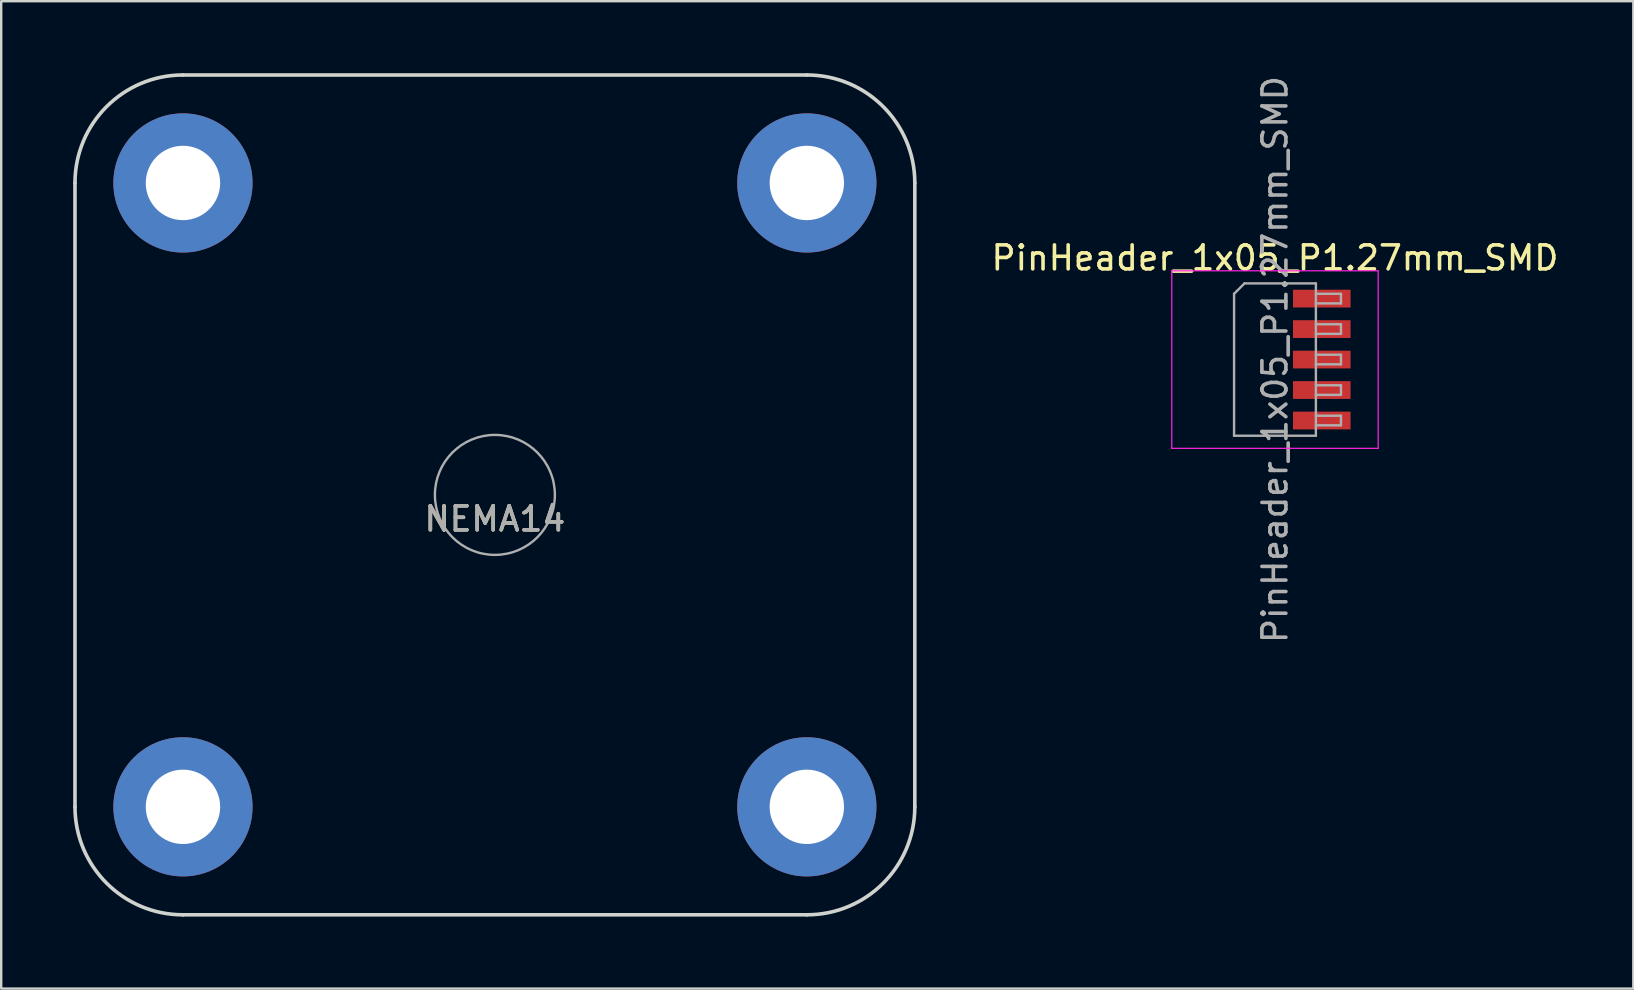
<source format=kicad_pcb>
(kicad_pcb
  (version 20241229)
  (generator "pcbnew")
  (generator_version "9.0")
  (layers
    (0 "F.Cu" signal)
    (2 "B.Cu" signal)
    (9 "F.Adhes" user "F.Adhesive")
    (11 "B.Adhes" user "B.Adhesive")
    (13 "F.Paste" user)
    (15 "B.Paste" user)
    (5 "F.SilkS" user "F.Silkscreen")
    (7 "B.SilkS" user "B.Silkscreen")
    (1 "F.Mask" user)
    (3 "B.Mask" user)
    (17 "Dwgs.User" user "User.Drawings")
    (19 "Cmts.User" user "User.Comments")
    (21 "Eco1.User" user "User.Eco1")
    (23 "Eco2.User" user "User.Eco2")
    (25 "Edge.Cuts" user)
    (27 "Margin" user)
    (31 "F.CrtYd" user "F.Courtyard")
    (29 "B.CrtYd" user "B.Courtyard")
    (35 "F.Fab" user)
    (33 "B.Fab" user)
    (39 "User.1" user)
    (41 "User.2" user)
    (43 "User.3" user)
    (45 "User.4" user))
  (footprint "NEMA14"
    (layer "F.Cu")
    (at 17.575 17.575)
    (property "Reference" "NEMA14" (at 0 1 0) (layer "F.SilkS") (effects (font (size 1 1) (thickness 0.15))))
    (attr through_hole)
    (fp_line (start -17.5 13) (end -17.5 -13) (stroke (width 0.15) (type solid)) (layer "Edge.Cuts"))
    (fp_line (start -13 -17.5) (end 13 -17.5) (stroke (width 0.15) (type solid)) (layer "Edge.Cuts"))
    (fp_line (start 13 17.5) (end -13 17.5) (stroke (width 0.15) (type solid)) (layer "Edge.Cuts"))
    (fp_line (start 17.5 -13) (end 17.5 13) (stroke (width 0.15) (type solid)) (layer "Edge.Cuts"))
    (fp_arc (start -17.5 -13) (mid -16.181981 -16.181981) (end -13 -17.5) (stroke (width 0.15) (type solid)) (layer "Edge.Cuts"))
    (fp_arc (start -13 17.5) (mid -16.181981 16.181981) (end -17.5 13) (stroke (width 0.15) (type solid)) (layer "Edge.Cuts"))
    (fp_arc (start 13 -17.5) (mid 16.181981 -16.181981) (end 17.5 -13) (stroke (width 0.15) (type solid)) (layer "Edge.Cuts"))
    (fp_arc (start 17.5 13) (mid 16.181981 16.181981) (end 13 17.5) (stroke (width 0.15) (type solid)) (layer "Edge.Cuts"))
    (fp_circle (center 0 0) (end -2.5 0) (stroke (width 0.1) (type solid)) (fill no) (layer "F.Fab"))
    (fp_text user "${REFERENCE}" (at 0 1 0) (layer "F.Fab") (effects (font (size 1 1) (thickness 0.15))))
    (pad "1" thru_hole circle (at -13 -13) (size 5.8 5.8) (drill 3.1) (layers "*.Cu" "*.Mask"))
    (pad "1" thru_hole circle (at -13 13) (size 5.8 5.8) (drill 3.1) (layers "*.Cu" "*.Mask"))
    (pad "1" thru_hole circle (at 13 -13) (size 5.8 5.8) (drill 3.1) (layers "*.Cu" "*.Mask"))
    (pad "1" thru_hole circle (at 13 13) (size 5.8 5.8) (drill 3.1) (layers "*.Cu" "*.Mask")))
  (footprint "PinHeader_1x05_P1.27mm_SMD"
    (layer "F.Cu")
    (at 50.085 11.935)
    (property "Reference" "PinHeader_1x05_P1.27mm_SMD" (at 0 -4.235 0) (layer "F.SilkS") (effects (font (size 1 1) (thickness 0.15))))
    (attr smd)
    (fp_line (start -4.3 -3.7) (end -4.3 3.7) (stroke (width 0.05) (type solid)) (layer "F.CrtYd"))
    (fp_line (start -4.3 3.7) (end 4.3 3.7) (stroke (width 0.05) (type solid)) (layer "F.CrtYd"))
    (fp_line (start 4.3 -3.7) (end -4.3 -3.7) (stroke (width 0.05) (type solid)) (layer "F.CrtYd"))
    (fp_line (start 4.3 3.7) (end 4.3 -3.7) (stroke (width 0.05) (type solid)) (layer "F.CrtYd"))
    (fp_line (start -1.705 -2.74) (end -1.27 -3.175) (stroke (width 0.1) (type solid)) (layer "F.Fab"))
    (fp_line (start -1.705 3.175) (end -1.705 -2.74) (stroke (width 0.1) (type solid)) (layer "F.Fab"))
    (fp_line (start -1.27 -3.175) (end 1.705 -3.175) (stroke (width 0.1) (type solid)) (layer "F.Fab"))
    (fp_line (start 1.705 -3.175) (end 1.705 3.175) (stroke (width 0.1) (type solid)) (layer "F.Fab"))
    (fp_line (start 1.705 -2.74) (end 2.75 -2.74) (stroke (width 0.1) (type solid)) (layer "F.Fab"))
    (fp_line (start 1.705 -1.47) (end 2.75 -1.47) (stroke (width 0.1) (type solid)) (layer "F.Fab"))
    (fp_line (start 1.705 -0.2) (end 2.75 -0.2) (stroke (width 0.1) (type solid)) (layer "F.Fab"))
    (fp_line (start 1.705 1.07) (end 2.75 1.07) (stroke (width 0.1) (type solid)) (layer "F.Fab"))
    (fp_line (start 1.705 2.34) (end 2.75 2.34) (stroke (width 0.1) (type solid)) (layer "F.Fab"))
    (fp_line (start 1.705 3.175) (end -1.705 3.175) (stroke (width 0.1) (type solid)) (layer "F.Fab"))
    (fp_line (start 2.75 -2.74) (end 2.75 -2.34) (stroke (width 0.1) (type solid)) (layer "F.Fab"))
    (fp_line (start 2.75 -2.34) (end 1.705 -2.34) (stroke (width 0.1) (type solid)) (layer "F.Fab"))
    (fp_line (start 2.75 -1.47) (end 2.75 -1.07) (stroke (width 0.1) (type solid)) (layer "F.Fab"))
    (fp_line (start 2.75 -1.07) (end 1.705 -1.07) (stroke (width 0.1) (type solid)) (layer "F.Fab"))
    (fp_line (start 2.75 -0.2) (end 2.75 0.2) (stroke (width 0.1) (type solid)) (layer "F.Fab"))
    (fp_line (start 2.75 0.2) (end 1.705 0.2) (stroke (width 0.1) (type solid)) (layer "F.Fab"))
    (fp_line (start 2.75 1.07) (end 2.75 1.47) (stroke (width 0.1) (type solid)) (layer "F.Fab"))
    (fp_line (start 2.75 1.47) (end 1.705 1.47) (stroke (width 0.1) (type solid)) (layer "F.Fab"))
    (fp_line (start 2.75 2.34) (end 2.75 2.74) (stroke (width 0.1) (type solid)) (layer "F.Fab"))
    (fp_line (start 2.75 2.74) (end 1.705 2.74) (stroke (width 0.1) (type solid)) (layer "F.Fab"))
    (fp_text user "${REFERENCE}" (at 0 0 90) (layer "F.Fab") (effects (font (size 1 1) (thickness 0.15))))
    (pad "1" smd rect (at 1.95 -2.54) (size 2.4 0.74) (layers "F.Cu" "F.Mask" "F.Paste"))
    (pad "2" smd rect (at 1.95 -1.27) (size 2.4 0.74) (layers "F.Cu" "F.Mask" "F.Paste"))
    (pad "3" smd rect (at 1.95 0) (size 2.4 0.74) (layers "F.Cu" "F.Mask" "F.Paste"))
    (pad "4" smd rect (at 1.95 1.27) (size 2.4 0.74) (layers "F.Cu" "F.Mask" "F.Paste"))
    (pad "5" smd rect (at 1.95 2.54) (size 2.4 0.74) (layers "F.Cu" "F.Mask" "F.Paste")))
  (gr_rect
    (start -3 -3)
    (end 65.019 38.15)
    (stroke (width 0.1) (type default))
    (fill no)
    (layer "Edge.Cuts")))
</source>
